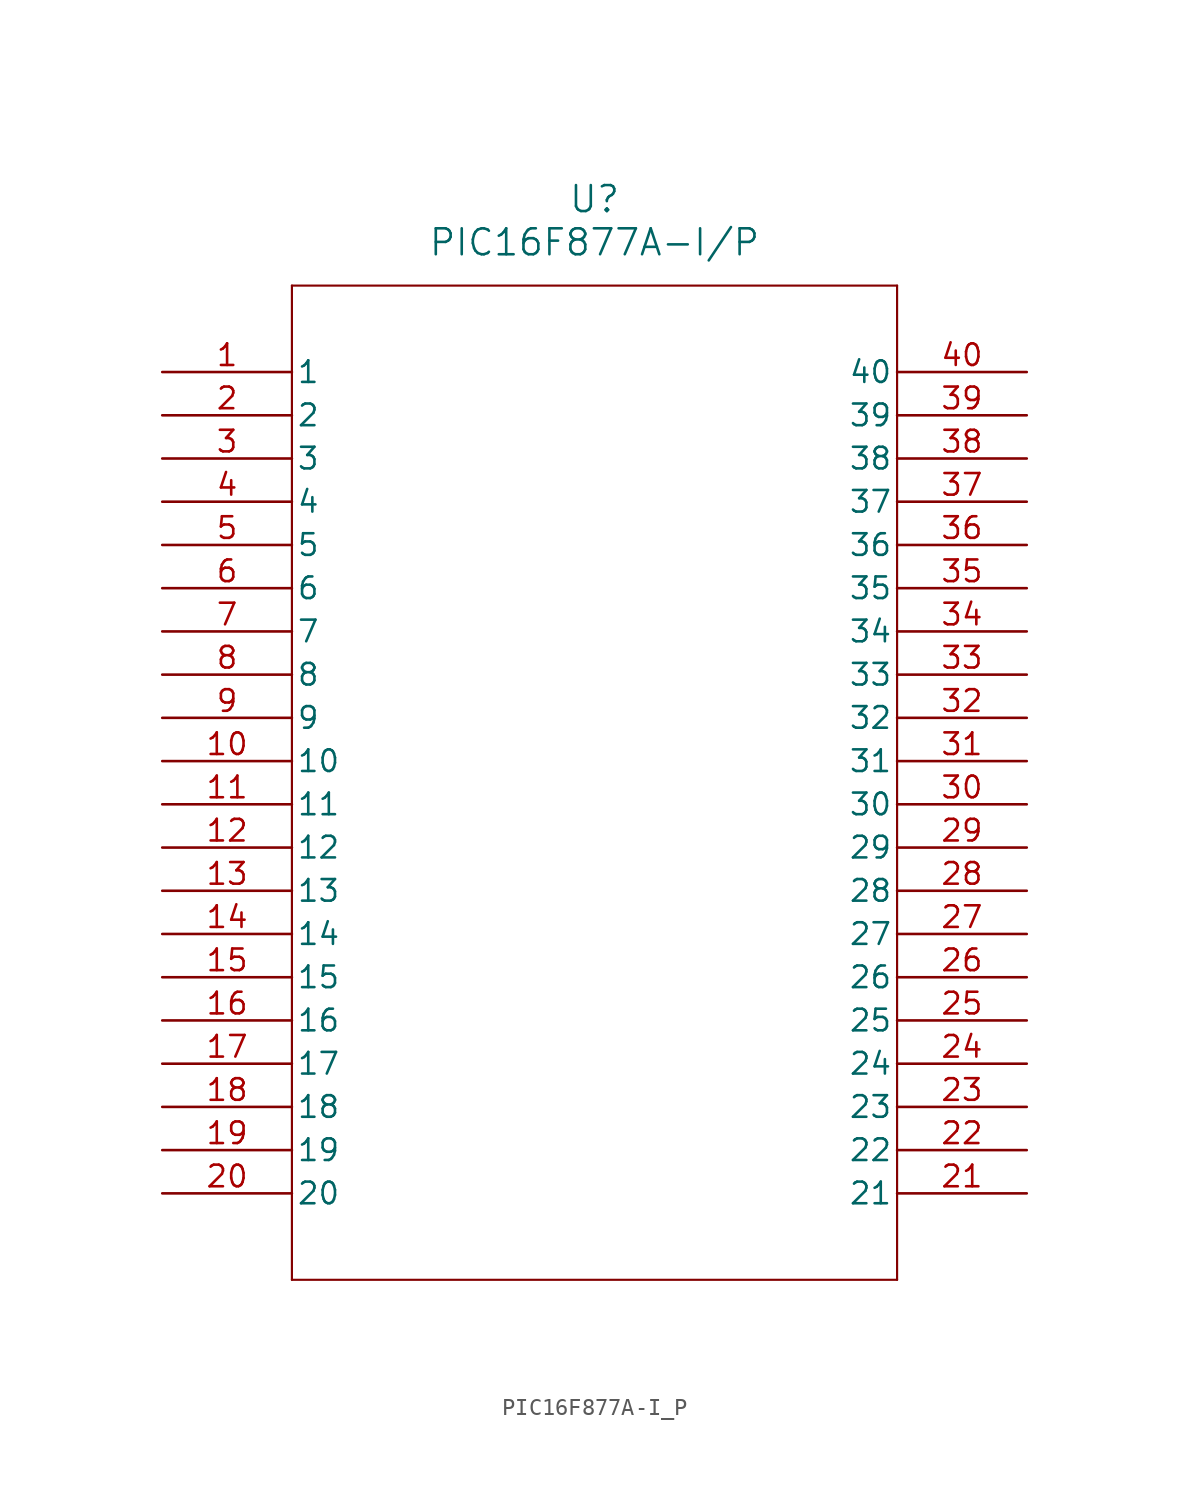
<source format=kicad_sym>
(kicad_symbol_lib
  (version 20241209)
  (generator "kicad_symbol_editor")
  (generator_version "9.0")
  (symbol "PIC16F877A-I_P"
    (pin_names
      (offset 0.254))
    (property "Reference" "U"
      (at 25.4 10.16 0)
      (effects (font (size 1.524 1.524))))
    (property "Value" "PIC16F877A-I/P"
      (at 25.4 7.62 0)
      (effects (font (size 1.524 1.524))))
    (symbol "PIC16F877A-I_P_0_1"
      (polyline (pts (xy 7.62 5.08) (xy 7.62 -53.34)) (stroke (width 0.127) (type default)) (fill (type none)))
      (polyline (pts (xy 7.62 -53.34) (xy 43.18 -53.34)) (stroke (width 0.127) (type default)) (fill (type none)))
      (polyline (pts (xy 43.18 5.08) (xy 7.62 5.08)) (stroke (width 0.127) (type default)) (fill (type none)))
      (polyline (pts (xy 43.18 -53.34) (xy 43.18 5.08)) (stroke (width 0.127) (type default)) (fill (type none)))
      (pin unspecified line (at 0 0 0) (length 7.62) (name "1" (effects (font (size 1.27 1.27)))) (number "1" (effects (font (size 1.27 1.27)))))
      (pin unspecified line (at 0 -2.54 0) (length 7.62) (name "2" (effects (font (size 1.27 1.27)))) (number "2" (effects (font (size 1.27 1.27)))))
      (pin unspecified line (at 0 -5.08 0) (length 7.62) (name "3" (effects (font (size 1.27 1.27)))) (number "3" (effects (font (size 1.27 1.27)))))
      (pin unspecified line (at 0 -7.62 0) (length 7.62) (name "4" (effects (font (size 1.27 1.27)))) (number "4" (effects (font (size 1.27 1.27)))))
      (pin unspecified line (at 0 -10.16 0) (length 7.62) (name "5" (effects (font (size 1.27 1.27)))) (number "5" (effects (font (size 1.27 1.27)))))
      (pin unspecified line (at 0 -12.7 0) (length 7.62) (name "6" (effects (font (size 1.27 1.27)))) (number "6" (effects (font (size 1.27 1.27)))))
      (pin unspecified line (at 0 -15.24 0) (length 7.62) (name "7" (effects (font (size 1.27 1.27)))) (number "7" (effects (font (size 1.27 1.27)))))
      (pin unspecified line (at 0 -17.78 0) (length 7.62) (name "8" (effects (font (size 1.27 1.27)))) (number "8" (effects (font (size 1.27 1.27)))))
      (pin unspecified line (at 0 -20.32 0) (length 7.62) (name "9" (effects (font (size 1.27 1.27)))) (number "9" (effects (font (size 1.27 1.27)))))
      (pin unspecified line (at 0 -22.86 0) (length 7.62) (name "10" (effects (font (size 1.27 1.27)))) (number "10" (effects (font (size 1.27 1.27)))))
      (pin unspecified line (at 0 -25.4 0) (length 7.62) (name "11" (effects (font (size 1.27 1.27)))) (number "11" (effects (font (size 1.27 1.27)))))
      (pin unspecified line (at 0 -27.94 0) (length 7.62) (name "12" (effects (font (size 1.27 1.27)))) (number "12" (effects (font (size 1.27 1.27)))))
      (pin unspecified line (at 0 -30.48 0) (length 7.62) (name "13" (effects (font (size 1.27 1.27)))) (number "13" (effects (font (size 1.27 1.27)))))
      (pin unspecified line (at 0 -33.02 0) (length 7.62) (name "14" (effects (font (size 1.27 1.27)))) (number "14" (effects (font (size 1.27 1.27)))))
      (pin unspecified line (at 0 -35.56 0) (length 7.62) (name "15" (effects (font (size 1.27 1.27)))) (number "15" (effects (font (size 1.27 1.27)))))
      (pin unspecified line (at 0 -38.1 0) (length 7.62) (name "16" (effects (font (size 1.27 1.27)))) (number "16" (effects (font (size 1.27 1.27)))))
      (pin unspecified line (at 0 -40.64 0) (length 7.62) (name "17" (effects (font (size 1.27 1.27)))) (number "17" (effects (font (size 1.27 1.27)))))
      (pin unspecified line (at 0 -43.18 0) (length 7.62) (name "18" (effects (font (size 1.27 1.27)))) (number "18" (effects (font (size 1.27 1.27)))))
      (pin unspecified line (at 0 -45.72 0) (length 7.62) (name "19" (effects (font (size 1.27 1.27)))) (number "19" (effects (font (size 1.27 1.27)))))
      (pin unspecified line (at 0 -48.26 0) (length 7.62) (name "20" (effects (font (size 1.27 1.27)))) (number "20" (effects (font (size 1.27 1.27)))))
      (pin unspecified line (at 50.8 0 180) (length 7.62) (name "40" (effects (font (size 1.27 1.27)))) (number "40" (effects (font (size 1.27 1.27)))))
      (pin unspecified line (at 50.8 -2.54 180) (length 7.62) (name "39" (effects (font (size 1.27 1.27)))) (number "39" (effects (font (size 1.27 1.27)))))
      (pin unspecified line (at 50.8 -5.08 180) (length 7.62) (name "38" (effects (font (size 1.27 1.27)))) (number "38" (effects (font (size 1.27 1.27)))))
      (pin unspecified line (at 50.8 -7.62 180) (length 7.62) (name "37" (effects (font (size 1.27 1.27)))) (number "37" (effects (font (size 1.27 1.27)))))
      (pin unspecified line (at 50.8 -10.16 180) (length 7.62) (name "36" (effects (font (size 1.27 1.27)))) (number "36" (effects (font (size 1.27 1.27)))))
      (pin unspecified line (at 50.8 -12.7 180) (length 7.62) (name "35" (effects (font (size 1.27 1.27)))) (number "35" (effects (font (size 1.27 1.27)))))
      (pin unspecified line (at 50.8 -15.24 180) (length 7.62) (name "34" (effects (font (size 1.27 1.27)))) (number "34" (effects (font (size 1.27 1.27)))))
      (pin unspecified line (at 50.8 -17.78 180) (length 7.62) (name "33" (effects (font (size 1.27 1.27)))) (number "33" (effects (font (size 1.27 1.27)))))
      (pin unspecified line (at 50.8 -20.32 180) (length 7.62) (name "32" (effects (font (size 1.27 1.27)))) (number "32" (effects (font (size 1.27 1.27)))))
      (pin unspecified line (at 50.8 -22.86 180) (length 7.62) (name "31" (effects (font (size 1.27 1.27)))) (number "31" (effects (font (size 1.27 1.27)))))
      (pin unspecified line (at 50.8 -25.4 180) (length 7.62) (name "30" (effects (font (size 1.27 1.27)))) (number "30" (effects (font (size 1.27 1.27)))))
      (pin unspecified line (at 50.8 -27.94 180) (length 7.62) (name "29" (effects (font (size 1.27 1.27)))) (number "29" (effects (font (size 1.27 1.27)))))
      (pin unspecified line (at 50.8 -30.48 180) (length 7.62) (name "28" (effects (font (size 1.27 1.27)))) (number "28" (effects (font (size 1.27 1.27)))))
      (pin unspecified line (at 50.8 -33.02 180) (length 7.62) (name "27" (effects (font (size 1.27 1.27)))) (number "27" (effects (font (size 1.27 1.27)))))
      (pin unspecified line (at 50.8 -35.56 180) (length 7.62) (name "26" (effects (font (size 1.27 1.27)))) (number "26" (effects (font (size 1.27 1.27)))))
      (pin unspecified line (at 50.8 -38.1 180) (length 7.62) (name "25" (effects (font (size 1.27 1.27)))) (number "25" (effects (font (size 1.27 1.27)))))
      (pin unspecified line (at 50.8 -40.64 180) (length 7.62) (name "24" (effects (font (size 1.27 1.27)))) (number "24" (effects (font (size 1.27 1.27)))))
      (pin unspecified line (at 50.8 -43.18 180) (length 7.62) (name "23" (effects (font (size 1.27 1.27)))) (number "23" (effects (font (size 1.27 1.27)))))
      (pin unspecified line (at 50.8 -45.72 180) (length 7.62) (name "22" (effects (font (size 1.27 1.27)))) (number "22" (effects (font (size 1.27 1.27)))))
      (pin unspecified line (at 50.8 -48.26 180) (length 7.62) (name "21" (effects (font (size 1.27 1.27)))) (number "21" (effects (font (size 1.27 1.27))))))))
</source>
